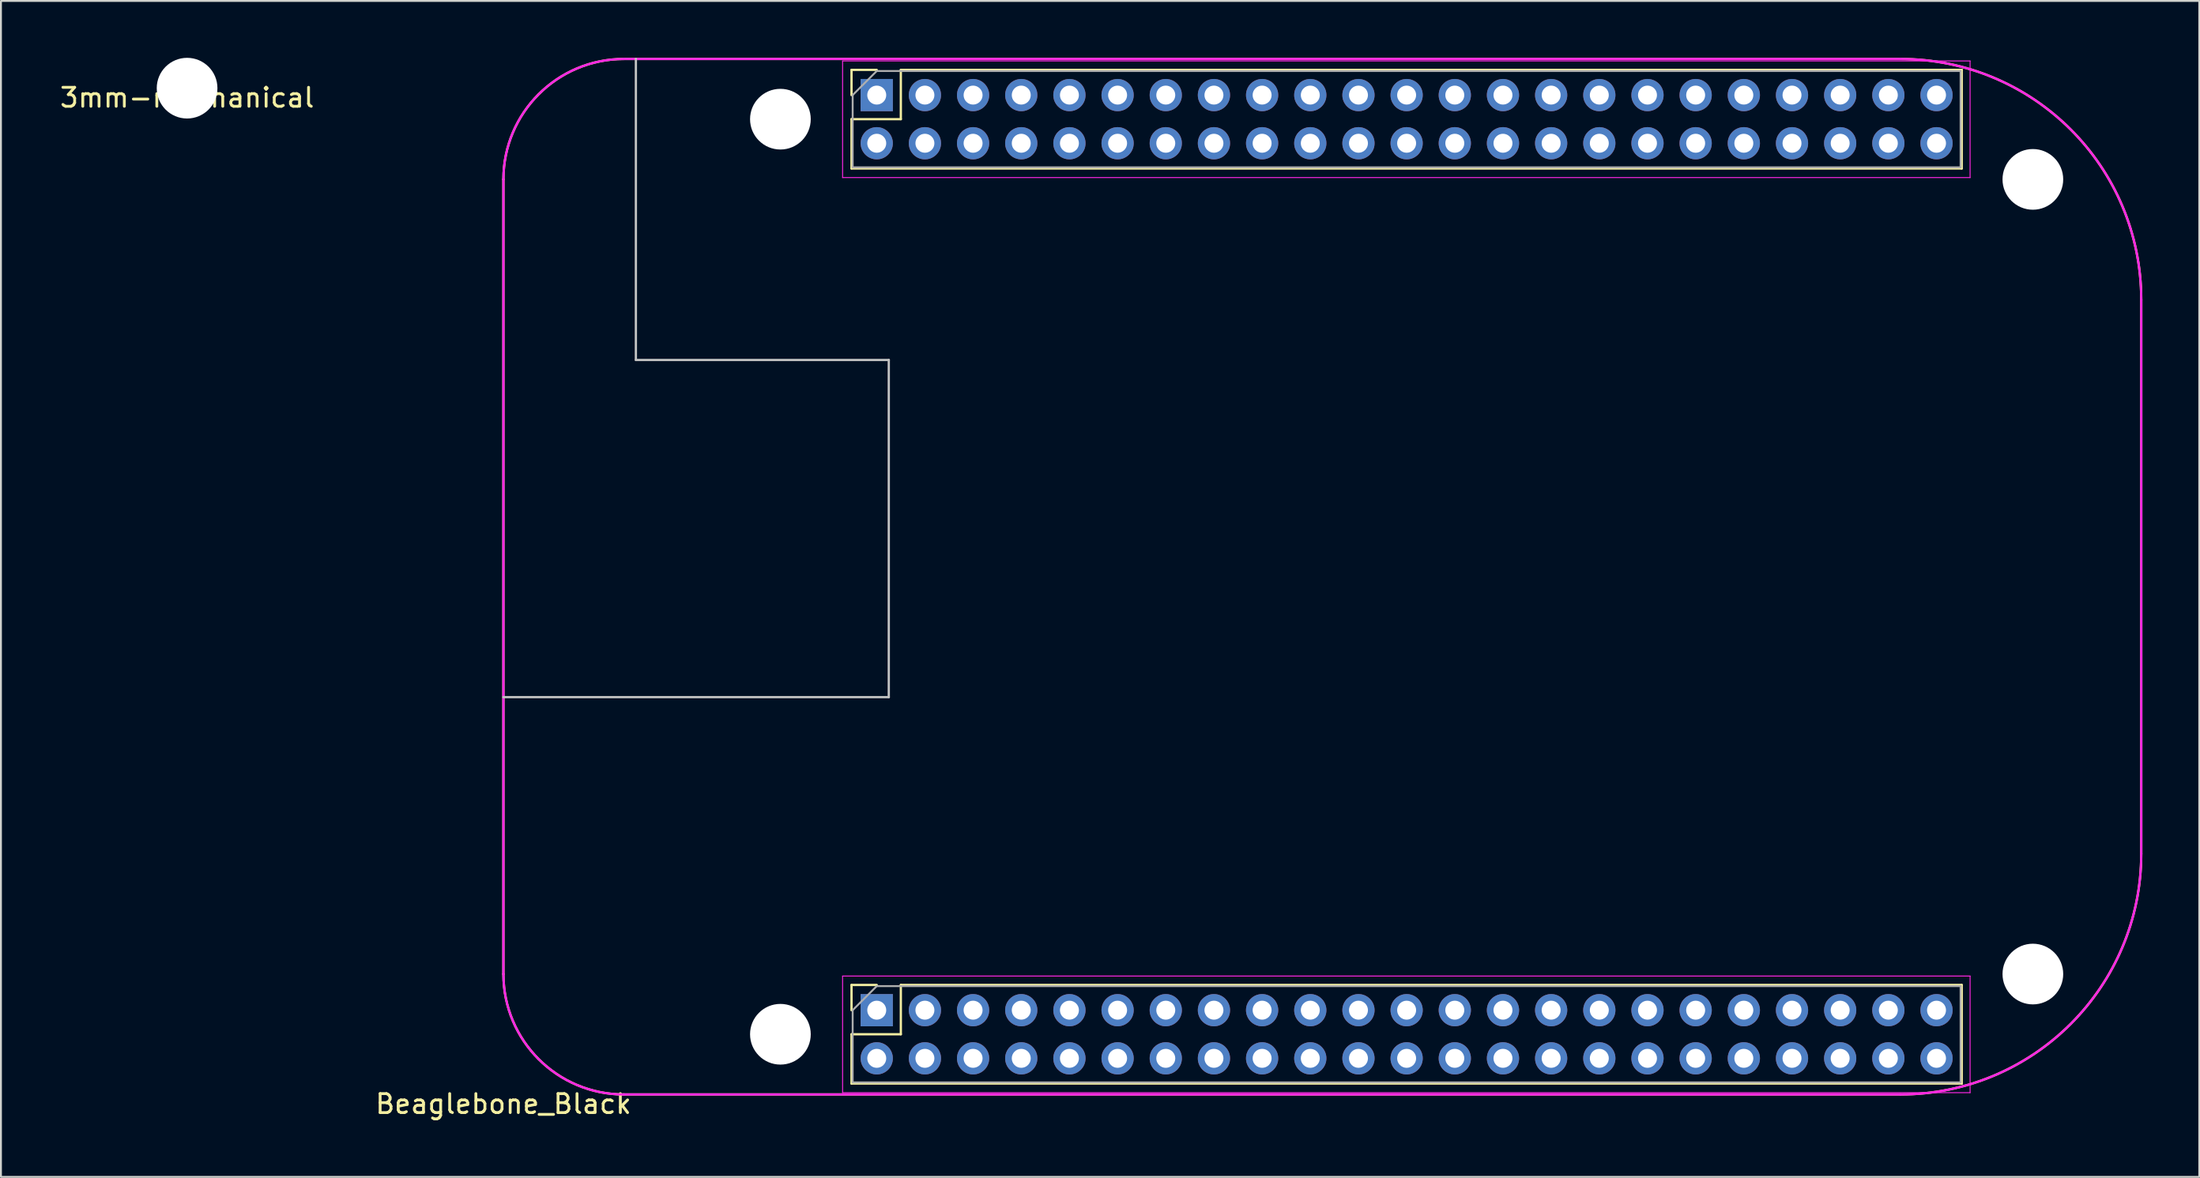
<source format=kicad_pcb>
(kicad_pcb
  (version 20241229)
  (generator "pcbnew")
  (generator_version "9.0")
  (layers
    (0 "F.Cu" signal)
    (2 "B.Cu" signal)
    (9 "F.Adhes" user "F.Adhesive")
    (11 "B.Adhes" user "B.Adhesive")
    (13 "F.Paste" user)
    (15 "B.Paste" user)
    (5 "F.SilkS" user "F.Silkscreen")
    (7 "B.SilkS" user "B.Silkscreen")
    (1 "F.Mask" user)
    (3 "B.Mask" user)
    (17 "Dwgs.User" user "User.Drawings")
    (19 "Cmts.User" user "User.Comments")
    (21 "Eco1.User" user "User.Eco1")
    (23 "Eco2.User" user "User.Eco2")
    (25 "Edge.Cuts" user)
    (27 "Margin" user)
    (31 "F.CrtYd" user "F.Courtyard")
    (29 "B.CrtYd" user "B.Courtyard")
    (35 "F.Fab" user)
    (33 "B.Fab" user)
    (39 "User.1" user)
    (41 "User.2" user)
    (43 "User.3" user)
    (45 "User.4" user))
  (footprint "3mm-mechanical"
    (layer "F.Cu")
    (at 6.815 1.6)
    (property "Reference" "3mm-mechanical" (at 0 0.5 0) (layer "F.SilkS") (effects (font (size 1 1) (thickness 0.15))))
    (attr through_hole)
    (pad "" np_thru_hole circle (at 0 0) (size 3.2 3.2) (drill 3.2) (layers "*.Cu" "*.Mask")))
  (footprint "Beaglebone_Black"
    (layer "F.Cu")
    (at 23.494 54.67)
    (property "Reference" "Beaglebone_Black" (at 0 0.5 0) (layer "F.SilkS") (effects (font (size 1 1) (thickness 0.15))))
    (attr through_hole)
    (fp_line (start 0 -48.26) (end 0 -6.35) (stroke (width 0.12) (type solid)) (layer "F.SilkS"))
    (fp_line (start 6.35 0) (end 73.66 0) (stroke (width 0.12) (type solid)) (layer "F.SilkS"))
    (fp_line (start 18.355 -54.035) (end 18.355 -52.705) (stroke (width 0.12) (type solid)) (layer "F.SilkS"))
    (fp_line (start 18.355 -51.435) (end 18.355 -48.835) (stroke (width 0.12) (type solid)) (layer "F.SilkS"))
    (fp_line (start 18.355 -48.835) (end 76.895 -48.835) (stroke (width 0.12) (type solid)) (layer "F.SilkS"))
    (fp_line (start 18.355 -5.775) (end 18.355 -4.445) (stroke (width 0.12) (type solid)) (layer "F.SilkS"))
    (fp_line (start 18.355 -3.175) (end 18.355 -0.575) (stroke (width 0.12) (type solid)) (layer "F.SilkS"))
    (fp_line (start 18.355 -0.575) (end 76.895 -0.575) (stroke (width 0.12) (type solid)) (layer "F.SilkS"))
    (fp_line (start 19.685 -54.035) (end 18.355 -54.035) (stroke (width 0.12) (type solid)) (layer "F.SilkS"))
    (fp_line (start 19.685 -5.775) (end 18.355 -5.775) (stroke (width 0.12) (type solid)) (layer "F.SilkS"))
    (fp_line (start 20.955 -54.035) (end 20.955 -51.435) (stroke (width 0.12) (type solid)) (layer "F.SilkS"))
    (fp_line (start 20.955 -54.035) (end 76.895 -54.035) (stroke (width 0.12) (type solid)) (layer "F.SilkS"))
    (fp_line (start 20.955 -51.435) (end 18.355 -51.435) (stroke (width 0.12) (type solid)) (layer "F.SilkS"))
    (fp_line (start 20.955 -5.775) (end 20.955 -3.175) (stroke (width 0.12) (type solid)) (layer "F.SilkS"))
    (fp_line (start 20.955 -5.775) (end 76.895 -5.775) (stroke (width 0.12) (type solid)) (layer "F.SilkS"))
    (fp_line (start 20.955 -3.175) (end 18.355 -3.175) (stroke (width 0.12) (type solid)) (layer "F.SilkS"))
    (fp_line (start 73.66 -54.61) (end 6.35 -54.61) (stroke (width 0.12) (type solid)) (layer "F.SilkS"))
    (fp_line (start 76.895 -54.035) (end 76.895 -48.835) (stroke (width 0.12) (type solid)) (layer "F.SilkS"))
    (fp_line (start 76.895 -5.775) (end 76.895 -0.575) (stroke (width 0.12) (type solid)) (layer "F.SilkS"))
    (fp_line (start 86.36 -12.7) (end 86.36 -41.91) (stroke (width 0.12) (type solid)) (layer "F.SilkS"))
    (fp_arc (start 0 -48.26) (mid 1.859872 -52.750128) (end 6.35 -54.61) (stroke (width 0.12) (type solid)) (layer "F.SilkS"))
    (fp_arc (start 6.35 0) (mid 1.859872 -1.859872) (end 0 -6.35) (stroke (width 0.12) (type solid)) (layer "F.SilkS"))
    (fp_arc (start 73.66 -54.61) (mid 82.640256 -50.890256) (end 86.36 -41.91) (stroke (width 0.12) (type solid)) (layer "F.SilkS"))
    (fp_arc (start 86.36 -12.7) (mid 82.640256 -3.719744) (end 73.66 0) (stroke (width 0.12) (type solid)) (layer "F.SilkS"))
    (fp_line (start 0 -20.955) (end 20.32 -20.955) (stroke (width 0.12) (type solid)) (layer "Dwgs.User"))
    (fp_line (start 6.985 -38.735) (end 6.985 -54.61) (stroke (width 0.12) (type solid)) (layer "Dwgs.User"))
    (fp_line (start 20.32 -38.735) (end 6.985 -38.735) (stroke (width 0.12) (type solid)) (layer "Dwgs.User"))
    (fp_line (start 20.32 -38.735) (end 20.32 -20.955) (stroke (width 0.12) (type solid)) (layer "Dwgs.User"))
    (fp_line (start 0 -48.26) (end 0 -6.35) (stroke (width 0.12) (type solid)) (layer "F.CrtYd"))
    (fp_line (start 6.35 0) (end 73.66 0) (stroke (width 0.12) (type solid)) (layer "F.CrtYd"))
    (fp_line (start 17.885 -54.505) (end 77.335 -54.505) (stroke (width 0.05) (type solid)) (layer "F.CrtYd"))
    (fp_line (start 17.885 -48.355) (end 17.885 -54.505) (stroke (width 0.05) (type solid)) (layer "F.CrtYd"))
    (fp_line (start 17.885 -6.245) (end 77.335 -6.245) (stroke (width 0.05) (type solid)) (layer "F.CrtYd"))
    (fp_line (start 17.885 -0.095) (end 17.885 -6.245) (stroke (width 0.05) (type solid)) (layer "F.CrtYd"))
    (fp_line (start 73.66 -54.61) (end 6.35 -54.61) (stroke (width 0.12) (type solid)) (layer "F.CrtYd"))
    (fp_line (start 77.335 -54.505) (end 77.335 -48.355) (stroke (width 0.05) (type solid)) (layer "F.CrtYd"))
    (fp_line (start 77.335 -48.355) (end 17.885 -48.355) (stroke (width 0.05) (type solid)) (layer "F.CrtYd"))
    (fp_line (start 77.335 -6.245) (end 77.335 -0.095) (stroke (width 0.05) (type solid)) (layer "F.CrtYd"))
    (fp_line (start 77.335 -0.095) (end 17.885 -0.095) (stroke (width 0.05) (type solid)) (layer "F.CrtYd"))
    (fp_line (start 86.36 -12.7) (end 86.36 -41.91) (stroke (width 0.12) (type solid)) (layer "F.CrtYd"))
    (fp_arc (start 0 -48.26) (mid 1.859872 -52.750128) (end 6.35 -54.61) (stroke (width 0.12) (type solid)) (layer "F.CrtYd"))
    (fp_arc (start 6.35 0) (mid 1.859872 -1.859872) (end 0 -6.35) (stroke (width 0.12) (type solid)) (layer "F.CrtYd"))
    (fp_arc (start 73.66 -54.61) (mid 82.640256 -50.890256) (end 86.36 -41.91) (stroke (width 0.12) (type solid)) (layer "F.CrtYd"))
    (fp_arc (start 86.36 -12.7) (mid 82.640256 -3.719744) (end 73.66 0) (stroke (width 0.12) (type solid)) (layer "F.CrtYd"))
    (fp_line (start 18.415 -52.705) (end 18.415 -48.895) (stroke (width 0.1) (type solid)) (layer "F.Fab"))
    (fp_line (start 18.415 -48.895) (end 76.835 -48.895) (stroke (width 0.1) (type solid)) (layer "F.Fab"))
    (fp_line (start 18.415 -4.445) (end 18.415 -0.635) (stroke (width 0.1) (type solid)) (layer "F.Fab"))
    (fp_line (start 18.415 -0.635) (end 76.835 -0.635) (stroke (width 0.1) (type solid)) (layer "F.Fab"))
    (fp_line (start 19.685 -53.975) (end 18.415 -52.705) (stroke (width 0.1) (type solid)) (layer "F.Fab"))
    (fp_line (start 19.685 -5.715) (end 18.415 -4.445) (stroke (width 0.1) (type solid)) (layer "F.Fab"))
    (fp_line (start 76.835 -53.975) (end 19.685 -53.975) (stroke (width 0.1) (type solid)) (layer "F.Fab"))
    (fp_line (start 76.835 -48.895) (end 76.835 -53.975) (stroke (width 0.1) (type solid)) (layer "F.Fab"))
    (fp_line (start 76.835 -5.715) (end 19.685 -5.715) (stroke (width 0.1) (type solid)) (layer "F.Fab"))
    (fp_line (start 76.835 -0.635) (end 76.835 -5.715) (stroke (width 0.1) (type solid)) (layer "F.Fab"))
    (pad "" np_thru_hole circle (at 14.605 -51.435) (size 3.2 3.2) (drill 3.2) (layers "*.Cu" "*.Mask"))
    (pad "" np_thru_hole circle (at 14.605 -3.175) (size 3.2 3.2) (drill 3.2) (layers "*.Cu" "*.Mask"))
    (pad "" np_thru_hole circle (at 80.645 -48.26) (size 3.2 3.2) (drill 3.2) (layers "*.Cu" "*.Mask"))
    (pad "" np_thru_hole circle (at 80.645 -6.35) (size 3.2 3.2) (drill 3.2) (layers "*.Cu" "*.Mask"))
    (pad "P8_1" thru_hole rect (at 19.685 -4.445 90) (size 1.7 1.7) (drill 1) (layers "*.Cu" "*.Mask"))
    (pad "P8_2" thru_hole oval (at 19.685 -1.905 90) (size 1.7 1.7) (drill 1) (layers "*.Cu" "*.Mask"))
    (pad "P8_3" thru_hole oval (at 22.225 -4.445 90) (size 1.7 1.7) (drill 1) (layers "*.Cu" "*.Mask"))
    (pad "P8_4" thru_hole oval (at 22.225 -1.905 90) (size 1.7 1.7) (drill 1) (layers "*.Cu" "*.Mask"))
    (pad "P8_5" thru_hole oval (at 24.765 -4.445 90) (size 1.7 1.7) (drill 1) (layers "*.Cu" "*.Mask"))
    (pad "P8_6" thru_hole oval (at 24.765 -1.905 90) (size 1.7 1.7) (drill 1) (layers "*.Cu" "*.Mask"))
    (pad "P8_7" thru_hole oval (at 27.305 -4.445 90) (size 1.7 1.7) (drill 1) (layers "*.Cu" "*.Mask"))
    (pad "P8_8" thru_hole oval (at 27.305 -1.905 90) (size 1.7 1.7) (drill 1) (layers "*.Cu" "*.Mask"))
    (pad "P8_9" thru_hole oval (at 29.845 -4.445 90) (size 1.7 1.7) (drill 1) (layers "*.Cu" "*.Mask"))
    (pad "P8_10" thru_hole oval (at 29.845 -1.905 90) (size 1.7 1.7) (drill 1) (layers "*.Cu" "*.Mask"))
    (pad "P8_11" thru_hole oval (at 32.385 -4.445 90) (size 1.7 1.7) (drill 1) (layers "*.Cu" "*.Mask"))
    (pad "P8_12" thru_hole oval (at 32.385 -1.905 90) (size 1.7 1.7) (drill 1) (layers "*.Cu" "*.Mask"))
    (pad "P8_13" thru_hole oval (at 34.925 -4.445 90) (size 1.7 1.7) (drill 1) (layers "*.Cu" "*.Mask"))
    (pad "P8_14" thru_hole oval (at 34.925 -1.905 90) (size 1.7 1.7) (drill 1) (layers "*.Cu" "*.Mask"))
    (pad "P8_15" thru_hole oval (at 37.465 -4.445 90) (size 1.7 1.7) (drill 1) (layers "*.Cu" "*.Mask"))
    (pad "P8_16" thru_hole oval (at 37.465 -1.905 90) (size 1.7 1.7) (drill 1) (layers "*.Cu" "*.Mask"))
    (pad "P8_17" thru_hole oval (at 40.005 -4.445 90) (size 1.7 1.7) (drill 1) (layers "*.Cu" "*.Mask"))
    (pad "P8_18" thru_hole oval (at 40.005 -1.905 90) (size 1.7 1.7) (drill 1) (layers "*.Cu" "*.Mask"))
    (pad "P8_19" thru_hole oval (at 42.545 -4.445 90) (size 1.7 1.7) (drill 1) (layers "*.Cu" "*.Mask"))
    (pad "P8_20" thru_hole oval (at 42.545 -1.905 90) (size 1.7 1.7) (drill 1) (layers "*.Cu" "*.Mask"))
    (pad "P8_21" thru_hole oval (at 45.085 -4.445 90) (size 1.7 1.7) (drill 1) (layers "*.Cu" "*.Mask"))
    (pad "P8_22" thru_hole oval (at 45.085 -1.905 90) (size 1.7 1.7) (drill 1) (layers "*.Cu" "*.Mask"))
    (pad "P8_23" thru_hole oval (at 47.625 -4.445 90) (size 1.7 1.7) (drill 1) (layers "*.Cu" "*.Mask"))
    (pad "P8_24" thru_hole oval (at 47.625 -1.905 90) (size 1.7 1.7) (drill 1) (layers "*.Cu" "*.Mask"))
    (pad "P8_25" thru_hole oval (at 50.165 -4.445 90) (size 1.7 1.7) (drill 1) (layers "*.Cu" "*.Mask"))
    (pad "P8_26" thru_hole oval (at 50.165 -1.905 90) (size 1.7 1.7) (drill 1) (layers "*.Cu" "*.Mask"))
    (pad "P8_27" thru_hole oval (at 52.705 -4.445 90) (size 1.7 1.7) (drill 1) (layers "*.Cu" "*.Mask"))
    (pad "P8_28" thru_hole oval (at 52.705 -1.905 90) (size 1.7 1.7) (drill 1) (layers "*.Cu" "*.Mask"))
    (pad "P8_29" thru_hole oval (at 55.245 -4.445 90) (size 1.7 1.7) (drill 1) (layers "*.Cu" "*.Mask"))
    (pad "P8_30" thru_hole oval (at 55.245 -1.905 90) (size 1.7 1.7) (drill 1) (layers "*.Cu" "*.Mask"))
    (pad "P8_31" thru_hole oval (at 57.785 -4.445 90) (size 1.7 1.7) (drill 1) (layers "*.Cu" "*.Mask"))
    (pad "P8_32" thru_hole oval (at 57.785 -1.905 90) (size 1.7 1.7) (drill 1) (layers "*.Cu" "*.Mask"))
    (pad "P8_33" thru_hole oval (at 60.325 -4.445 90) (size 1.7 1.7) (drill 1) (layers "*.Cu" "*.Mask"))
    (pad "P8_34" thru_hole oval (at 60.325 -1.905 90) (size 1.7 1.7) (drill 1) (layers "*.Cu" "*.Mask"))
    (pad "P8_35" thru_hole oval (at 62.865 -4.445 90) (size 1.7 1.7) (drill 1) (layers "*.Cu" "*.Mask"))
    (pad "P8_36" thru_hole oval (at 62.865 -1.905 90) (size 1.7 1.7) (drill 1) (layers "*.Cu" "*.Mask"))
    (pad "P8_37" thru_hole oval (at 65.405 -4.445 90) (size 1.7 1.7) (drill 1) (layers "*.Cu" "*.Mask"))
    (pad "P8_38" thru_hole oval (at 65.405 -1.905 90) (size 1.7 1.7) (drill 1) (layers "*.Cu" "*.Mask"))
    (pad "P8_39" thru_hole oval (at 67.945 -4.445 90) (size 1.7 1.7) (drill 1) (layers "*.Cu" "*.Mask"))
    (pad "P8_40" thru_hole oval (at 67.945 -1.905 90) (size 1.7 1.7) (drill 1) (layers "*.Cu" "*.Mask"))
    (pad "P8_41" thru_hole oval (at 70.485 -4.445 90) (size 1.7 1.7) (drill 1) (layers "*.Cu" "*.Mask"))
    (pad "P8_42" thru_hole oval (at 70.485 -1.905 90) (size 1.7 1.7) (drill 1) (layers "*.Cu" "*.Mask"))
    (pad "P8_43" thru_hole oval (at 73.025 -4.445 90) (size 1.7 1.7) (drill 1) (layers "*.Cu" "*.Mask"))
    (pad "P8_44" thru_hole oval (at 73.025 -1.905 90) (size 1.7 1.7) (drill 1) (layers "*.Cu" "*.Mask"))
    (pad "P8_45" thru_hole oval (at 75.565 -4.445 90) (size 1.7 1.7) (drill 1) (layers "*.Cu" "*.Mask"))
    (pad "P8_46" thru_hole oval (at 75.565 -1.905 90) (size 1.7 1.7) (drill 1) (layers "*.Cu" "*.Mask"))
    (pad "P9_1" thru_hole rect (at 19.685 -52.705 90) (size 1.7 1.7) (drill 1) (layers "*.Cu" "*.Mask"))
    (pad "P9_2" thru_hole oval (at 19.685 -50.165 90) (size 1.7 1.7) (drill 1) (layers "*.Cu" "*.Mask"))
    (pad "P9_3" thru_hole oval (at 22.225 -52.705 90) (size 1.7 1.7) (drill 1) (layers "*.Cu" "*.Mask"))
    (pad "P9_4" thru_hole oval (at 22.225 -50.165 90) (size 1.7 1.7) (drill 1) (layers "*.Cu" "*.Mask"))
    (pad "P9_5" thru_hole oval (at 24.765 -52.705 90) (size 1.7 1.7) (drill 1) (layers "*.Cu" "*.Mask"))
    (pad "P9_6" thru_hole oval (at 24.765 -50.165 90) (size 1.7 1.7) (drill 1) (layers "*.Cu" "*.Mask"))
    (pad "P9_7" thru_hole oval (at 27.305 -52.705 90) (size 1.7 1.7) (drill 1) (layers "*.Cu" "*.Mask"))
    (pad "P9_8" thru_hole oval (at 27.305 -50.165 90) (size 1.7 1.7) (drill 1) (layers "*.Cu" "*.Mask"))
    (pad "P9_9" thru_hole oval (at 29.845 -52.705 90) (size 1.7 1.7) (drill 1) (layers "*.Cu" "*.Mask"))
    (pad "P9_10" thru_hole oval (at 29.845 -50.165 90) (size 1.7 1.7) (drill 1) (layers "*.Cu" "*.Mask"))
    (pad "P9_11" thru_hole oval (at 32.385 -52.705 90) (size 1.7 1.7) (drill 1) (layers "*.Cu" "*.Mask"))
    (pad "P9_12" thru_hole oval (at 32.385 -50.165 90) (size 1.7 1.7) (drill 1) (layers "*.Cu" "*.Mask"))
    (pad "P9_13" thru_hole oval (at 34.925 -52.705 90) (size 1.7 1.7) (drill 1) (layers "*.Cu" "*.Mask"))
    (pad "P9_14" thru_hole oval (at 34.925 -50.165 90) (size 1.7 1.7) (drill 1) (layers "*.Cu" "*.Mask"))
    (pad "P9_15" thru_hole oval (at 37.465 -52.705 90) (size 1.7 1.7) (drill 1) (layers "*.Cu" "*.Mask"))
    (pad "P9_16" thru_hole oval (at 37.465 -50.165 90) (size 1.7 1.7) (drill 1) (layers "*.Cu" "*.Mask"))
    (pad "P9_17" thru_hole oval (at 40.005 -52.705 90) (size 1.7 1.7) (drill 1) (layers "*.Cu" "*.Mask"))
    (pad "P9_18" thru_hole oval (at 40.005 -50.165 90) (size 1.7 1.7) (drill 1) (layers "*.Cu" "*.Mask"))
    (pad "P9_19" thru_hole oval (at 42.545 -52.705 90) (size 1.7 1.7) (drill 1) (layers "*.Cu" "*.Mask"))
    (pad "P9_20" thru_hole oval (at 42.545 -50.165 90) (size 1.7 1.7) (drill 1) (layers "*.Cu" "*.Mask"))
    (pad "P9_21" thru_hole oval (at 45.085 -52.705 90) (size 1.7 1.7) (drill 1) (layers "*.Cu" "*.Mask"))
    (pad "P9_22" thru_hole oval (at 45.085 -50.165 90) (size 1.7 1.7) (drill 1) (layers "*.Cu" "*.Mask"))
    (pad "P9_23" thru_hole oval (at 47.625 -52.705 90) (size 1.7 1.7) (drill 1) (layers "*.Cu" "*.Mask"))
    (pad "P9_24" thru_hole oval (at 47.625 -50.165 90) (size 1.7 1.7) (drill 1) (layers "*.Cu" "*.Mask"))
    (pad "P9_25" thru_hole oval (at 50.165 -52.705 90) (size 1.7 1.7) (drill 1) (layers "*.Cu" "*.Mask"))
    (pad "P9_26" thru_hole oval (at 50.165 -50.165 90) (size 1.7 1.7) (drill 1) (layers "*.Cu" "*.Mask"))
    (pad "P9_27" thru_hole oval (at 52.705 -52.705 90) (size 1.7 1.7) (drill 1) (layers "*.Cu" "*.Mask"))
    (pad "P9_28" thru_hole oval (at 52.705 -50.165 90) (size 1.7 1.7) (drill 1) (layers "*.Cu" "*.Mask"))
    (pad "P9_29" thru_hole oval (at 55.245 -52.705 90) (size 1.7 1.7) (drill 1) (layers "*.Cu" "*.Mask"))
    (pad "P9_30" thru_hole oval (at 55.245 -50.165 90) (size 1.7 1.7) (drill 1) (layers "*.Cu" "*.Mask"))
    (pad "P9_31" thru_hole oval (at 57.785 -52.705 90) (size 1.7 1.7) (drill 1) (layers "*.Cu" "*.Mask"))
    (pad "P9_32" thru_hole oval (at 57.785 -50.165 90) (size 1.7 1.7) (drill 1) (layers "*.Cu" "*.Mask"))
    (pad "P9_33" thru_hole oval (at 60.325 -52.705 90) (size 1.7 1.7) (drill 1) (layers "*.Cu" "*.Mask"))
    (pad "P9_34" thru_hole oval (at 60.325 -50.165 90) (size 1.7 1.7) (drill 1) (layers "*.Cu" "*.Mask"))
    (pad "P9_35" thru_hole oval (at 62.865 -52.705 90) (size 1.7 1.7) (drill 1) (layers "*.Cu" "*.Mask"))
    (pad "P9_36" thru_hole oval (at 62.865 -50.165 90) (size 1.7 1.7) (drill 1) (layers "*.Cu" "*.Mask"))
    (pad "P9_37" thru_hole oval (at 65.405 -52.705 90) (size 1.7 1.7) (drill 1) (layers "*.Cu" "*.Mask"))
    (pad "P9_38" thru_hole oval (at 65.405 -50.165 90) (size 1.7 1.7) (drill 1) (layers "*.Cu" "*.Mask"))
    (pad "P9_39" thru_hole oval (at 67.945 -52.705 90) (size 1.7 1.7) (drill 1) (layers "*.Cu" "*.Mask"))
    (pad "P9_40" thru_hole oval (at 67.945 -50.165 90) (size 1.7 1.7) (drill 1) (layers "*.Cu" "*.Mask"))
    (pad "P9_41" thru_hole oval (at 70.485 -52.705 90) (size 1.7 1.7) (drill 1) (layers "*.Cu" "*.Mask"))
    (pad "P9_42" thru_hole oval (at 70.485 -50.165 90) (size 1.7 1.7) (drill 1) (layers "*.Cu" "*.Mask"))
    (pad "P9_43" thru_hole oval (at 73.025 -52.705 90) (size 1.7 1.7) (drill 1) (layers "*.Cu" "*.Mask"))
    (pad "P9_44" thru_hole oval (at 73.025 -50.165 90) (size 1.7 1.7) (drill 1) (layers "*.Cu" "*.Mask"))
    (pad "P9_45" thru_hole oval (at 75.565 -52.705 90) (size 1.7 1.7) (drill 1) (layers "*.Cu" "*.Mask"))
    (pad "P9_46" thru_hole oval (at 75.565 -50.165 90) (size 1.7 1.7) (drill 1) (layers "*.Cu" "*.Mask")))
  (gr_rect
    (start -3 -3)
    (end 112.914 59.018)
    (stroke (width 0.1) (type default))
    (fill no)
    (layer "Edge.Cuts")))
</source>
